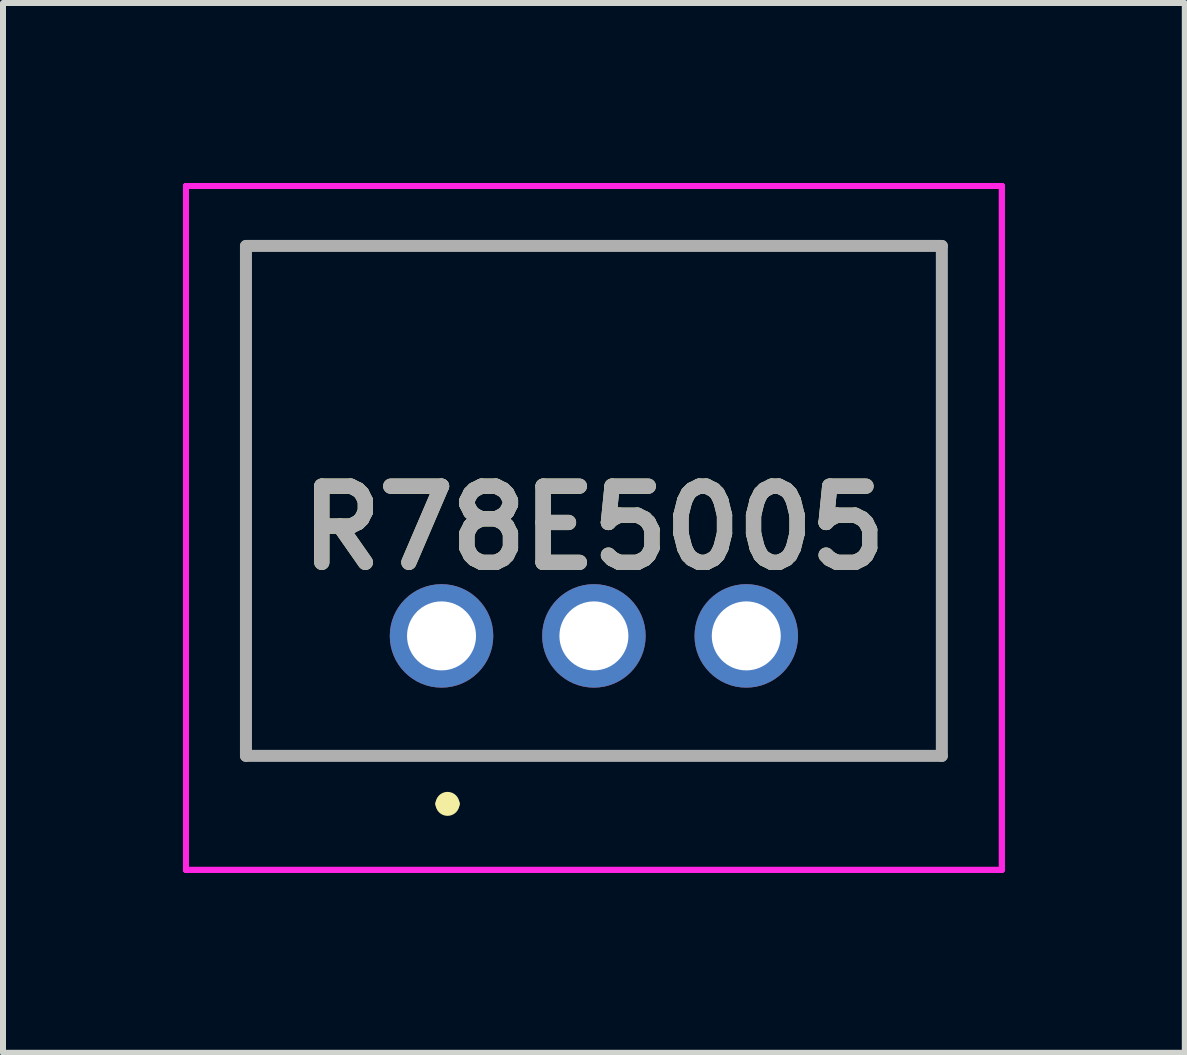
<source format=kicad_pcb>
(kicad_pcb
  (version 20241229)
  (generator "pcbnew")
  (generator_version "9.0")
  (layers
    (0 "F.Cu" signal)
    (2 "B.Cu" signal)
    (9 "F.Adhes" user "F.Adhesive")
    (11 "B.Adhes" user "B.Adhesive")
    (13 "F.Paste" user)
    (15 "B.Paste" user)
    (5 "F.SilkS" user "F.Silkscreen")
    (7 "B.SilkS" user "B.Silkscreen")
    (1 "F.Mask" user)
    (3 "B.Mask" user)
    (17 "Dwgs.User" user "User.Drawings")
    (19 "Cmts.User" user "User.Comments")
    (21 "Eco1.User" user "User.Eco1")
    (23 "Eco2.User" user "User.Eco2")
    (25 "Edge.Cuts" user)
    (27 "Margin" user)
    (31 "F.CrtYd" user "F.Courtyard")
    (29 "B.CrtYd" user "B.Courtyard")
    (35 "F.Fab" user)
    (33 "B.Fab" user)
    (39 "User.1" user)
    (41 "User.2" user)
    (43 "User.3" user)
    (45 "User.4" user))
  (footprint "R78E5005"
    (layer "F.Cu")
    (at 4.31 7.55)
    (property "Reference" "R78E5005" (at 2.54 -1.8 0) (layer "F.SilkS") (effects (font (size 1.27 1.27) (thickness 0.254))))
    (attr through_hole)
    (fp_line (start -3.26 -6.5) (end 8.34 -6.5) (stroke (width 0.1) (type solid)) (layer "F.SilkS"))
    (fp_line (start -3.26 2) (end -3.26 -6.5) (stroke (width 0.1) (type solid)) (layer "F.SilkS"))
    (fp_line (start 0 2.8) (end 0 2.8) (stroke (width 0.2) (type solid)) (layer "F.SilkS"))
    (fp_line (start 0.2 2.8) (end 0.2 2.8) (stroke (width 0.2) (type solid)) (layer "F.SilkS"))
    (fp_line (start 8.34 -6.5) (end 8.34 2) (stroke (width 0.1) (type solid)) (layer "F.SilkS"))
    (fp_line (start 8.34 2) (end -3.26 2) (stroke (width 0.1) (type solid)) (layer "F.SilkS"))
    (fp_arc (start 0 2.8) (mid 0.1 2.7) (end 0.2 2.8) (stroke (width 0.2) (type solid)) (layer "F.SilkS"))
    (fp_arc (start 0.2 2.8) (mid 0.1 2.9) (end 0 2.8) (stroke (width 0.2) (type solid)) (layer "F.SilkS"))
    (fp_line (start -4.26 -7.5) (end 9.34 -7.5) (stroke (width 0.1) (type solid)) (layer "F.CrtYd"))
    (fp_line (start -4.26 -7.5) (end 9.34 -7.5) (stroke (width 0.1) (type solid)) (layer "F.CrtYd"))
    (fp_line (start -4.26 3.9) (end -4.26 -7.5) (stroke (width 0.1) (type solid)) (layer "F.CrtYd"))
    (fp_line (start -4.26 3.9) (end -4.26 -7.5) (stroke (width 0.1) (type solid)) (layer "F.CrtYd"))
    (fp_line (start 9.34 -7.5) (end 9.34 3.9) (stroke (width 0.1) (type solid)) (layer "F.CrtYd"))
    (fp_line (start 9.34 -7.5) (end 9.34 3.9) (stroke (width 0.1) (type solid)) (layer "F.CrtYd"))
    (fp_line (start 9.34 3.9) (end -4.26 3.9) (stroke (width 0.1) (type solid)) (layer "F.CrtYd"))
    (fp_line (start 9.34 3.9) (end -4.26 3.9) (stroke (width 0.1) (type solid)) (layer "F.CrtYd"))
    (fp_line (start -3.26 -6.5) (end 8.34 -6.5) (stroke (width 0.2) (type solid)) (layer "F.Fab"))
    (fp_line (start -3.26 2) (end -3.26 -6.5) (stroke (width 0.2) (type solid)) (layer "F.Fab"))
    (fp_line (start 8.34 -6.5) (end 8.34 2) (stroke (width 0.2) (type solid)) (layer "F.Fab"))
    (fp_line (start 8.34 2) (end -3.26 2) (stroke (width 0.2) (type solid)) (layer "F.Fab"))
    (fp_text user "${REFERENCE}" (at 2.54 -1.8 0) (layer "F.Fab") (effects (font (size 1.27 1.27) (thickness 0.254))))
    (pad "1" thru_hole circle (at 0 0) (size 1.725 1.725) (drill 1.15) (layers "*.Cu" "*.Mask"))
    (pad "2" thru_hole circle (at 2.54 0) (size 1.725 1.725) (drill 1.15) (layers "*.Cu" "*.Mask"))
    (pad "3" thru_hole circle (at 5.08 0) (size 1.725 1.725) (drill 1.15) (layers "*.Cu" "*.Mask")))
  (gr_rect
    (start -3 -3)
    (end 16.7 14.5)
    (stroke (width 0.1) (type default))
    (fill no)
    (layer "Edge.Cuts")))
</source>
